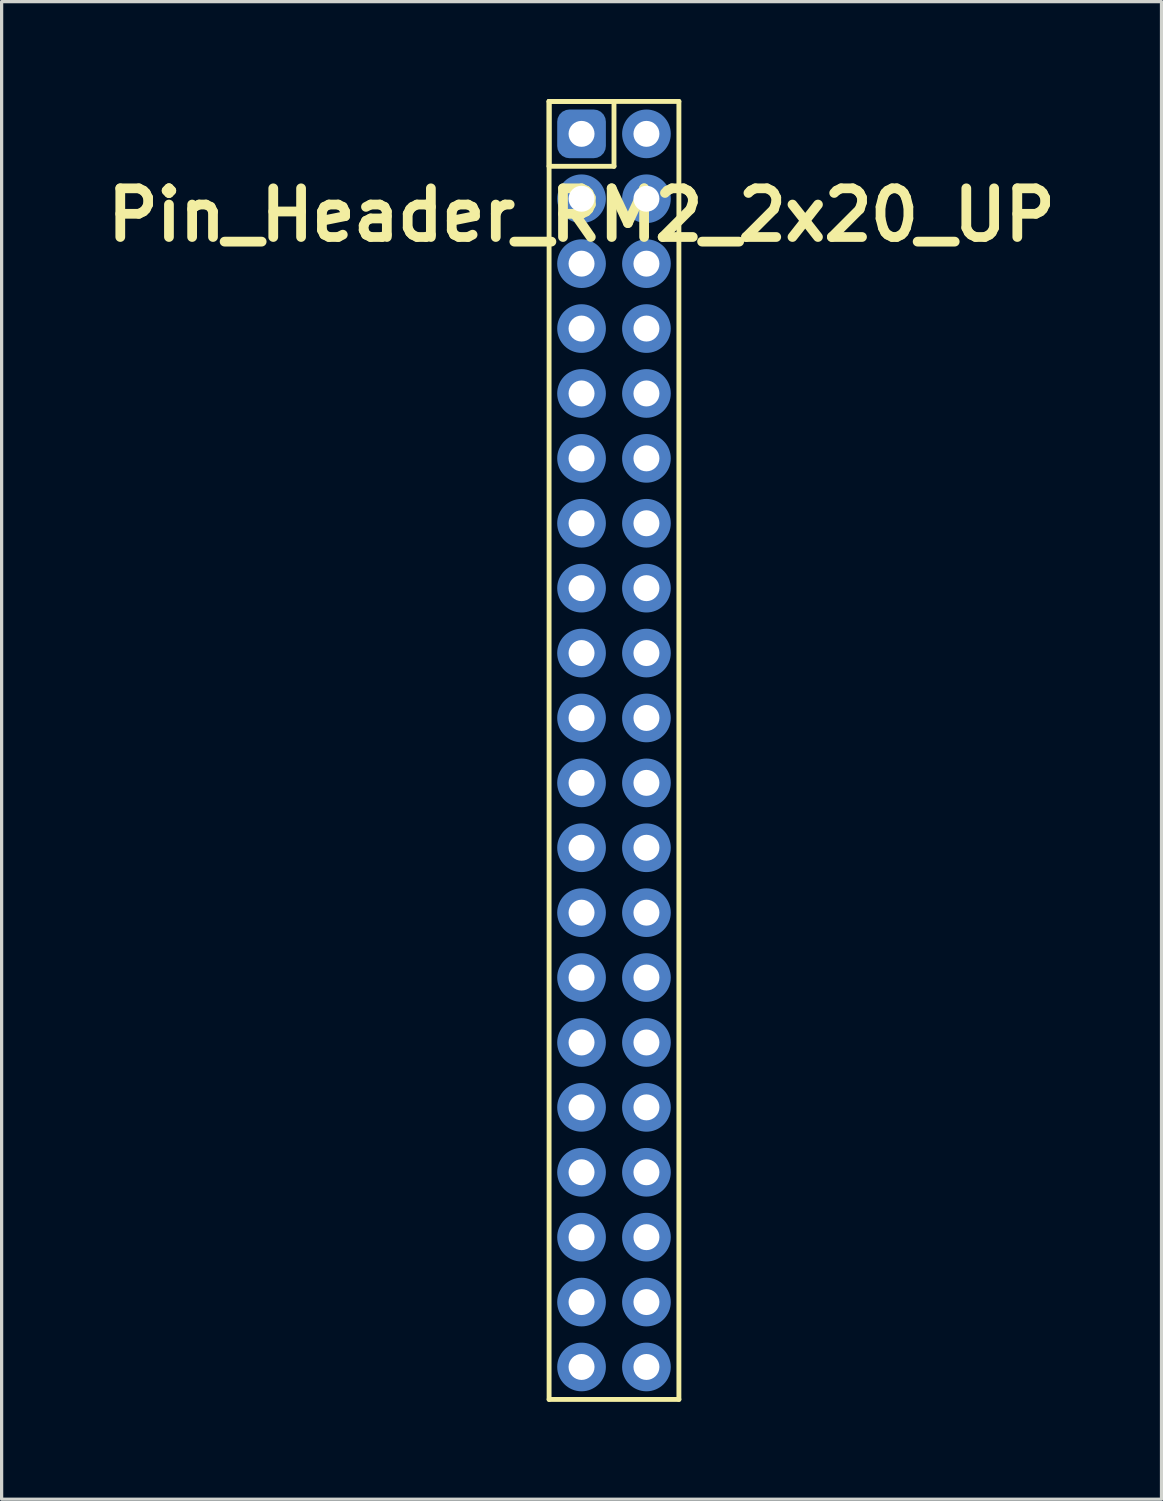
<source format=kicad_pcb>
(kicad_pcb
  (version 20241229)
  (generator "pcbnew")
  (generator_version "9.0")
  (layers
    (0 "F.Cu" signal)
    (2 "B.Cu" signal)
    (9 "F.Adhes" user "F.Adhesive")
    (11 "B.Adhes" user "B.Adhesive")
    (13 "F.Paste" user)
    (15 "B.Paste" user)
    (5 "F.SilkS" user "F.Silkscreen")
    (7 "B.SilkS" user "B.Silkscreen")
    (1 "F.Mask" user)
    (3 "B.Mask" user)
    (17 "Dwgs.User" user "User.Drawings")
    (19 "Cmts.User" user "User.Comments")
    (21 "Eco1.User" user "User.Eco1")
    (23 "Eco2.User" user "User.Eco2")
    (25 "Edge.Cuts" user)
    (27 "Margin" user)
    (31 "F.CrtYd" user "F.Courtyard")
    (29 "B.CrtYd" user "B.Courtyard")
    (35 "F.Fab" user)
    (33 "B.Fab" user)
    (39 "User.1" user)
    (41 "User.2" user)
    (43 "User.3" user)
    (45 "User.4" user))
  (footprint "Pin_Header_RM2_2x20_UP"
    (layer "F.Cu")
    (at 14.871 1.075)
    (property "Reference" "Pin_Header_RM2_2x20_UP" (at 0 2.5 0) (layer "F.SilkS") (effects (font (size 1.5 1.5) (thickness 0.3))))
    (attr through_hole)
    (fp_line (start -1 -1) (end 1 -1) (stroke (width 0.15) (type solid)) (layer "F.SilkS"))
    (fp_line (start -1 -1) (end 3 -1) (stroke (width 0.15) (type solid)) (layer "F.SilkS"))
    (fp_line (start -1 1) (end -1 -1) (stroke (width 0.15) (type solid)) (layer "F.SilkS"))
    (fp_line (start -1 39) (end -1 -1) (stroke (width 0.15) (type solid)) (layer "F.SilkS"))
    (fp_line (start 1 -1) (end 1 1) (stroke (width 0.15) (type solid)) (layer "F.SilkS"))
    (fp_line (start 1 1) (end -1 1) (stroke (width 0.15) (type solid)) (layer "F.SilkS"))
    (fp_line (start 3 -1) (end 3 39) (stroke (width 0.15) (type solid)) (layer "F.SilkS"))
    (fp_line (start 3 39) (end -1 39) (stroke (width 0.15) (type solid)) (layer "F.SilkS"))
    (pad "1" thru_hole circle (at 0 0) (size 1.1 1.1) (drill 0.8) (layers "*.Cu" "*.Mask"))
    (pad "1" smd roundrect (at 0 0) (size 1.25 1.25) (layers "F.Cu" "F.Mask") (roundrect_rratio 0.25))
    (pad "1" smd roundrect (at 0 0) (size 1.5 1.5) (layers "B.Cu" "B.Mask") (roundrect_rratio 0.25))
    (pad "2" thru_hole circle (at 2 0) (size 1.1 1.1) (drill 0.8) (layers "*.Cu" "*.Mask"))
    (pad "2" smd circle (at 2 0) (size 1.25 1.25) (layers "F.Cu" "F.Mask"))
    (pad "2" smd circle (at 2 0) (size 1.5 1.5) (layers "B.Cu" "B.Mask"))
    (pad "3" thru_hole circle (at 0 2) (size 1.1 1.1) (drill 0.8) (layers "*.Cu" "*.Mask"))
    (pad "3" smd circle (at 0 2) (size 1.25 1.25) (layers "F.Cu" "F.Mask"))
    (pad "3" smd circle (at 0 2) (size 1.5 1.5) (layers "B.Cu" "B.Mask"))
    (pad "4" thru_hole circle (at 2 2) (size 1.1 1.1) (drill 0.8) (layers "*.Cu" "*.Mask"))
    (pad "4" smd circle (at 2 2) (size 1.25 1.25) (layers "F.Cu" "F.Mask"))
    (pad "4" smd circle (at 2 2) (size 1.5 1.5) (layers "B.Cu" "B.Mask"))
    (pad "5" thru_hole circle (at 0 4) (size 1.1 1.1) (drill 0.8) (layers "*.Cu" "*.Mask"))
    (pad "5" smd circle (at 0 4) (size 1.25 1.25) (layers "F.Cu" "F.Mask"))
    (pad "5" smd circle (at 0 4) (size 1.5 1.5) (layers "B.Cu" "B.Mask"))
    (pad "6" thru_hole circle (at 2 4) (size 1.1 1.1) (drill 0.8) (layers "*.Cu" "*.Mask"))
    (pad "6" smd circle (at 2 4) (size 1.25 1.25) (layers "F.Cu" "F.Mask"))
    (pad "6" smd circle (at 2 4) (size 1.5 1.5) (layers "B.Cu" "B.Mask"))
    (pad "7" thru_hole circle (at 0 6) (size 1.1 1.1) (drill 0.8) (layers "*.Cu" "*.Mask"))
    (pad "7" smd circle (at 0 6) (size 1.25 1.25) (layers "F.Cu" "F.Mask"))
    (pad "7" smd circle (at 0 6) (size 1.5 1.5) (layers "B.Cu" "B.Mask"))
    (pad "8" thru_hole circle (at 2 6) (size 1.1 1.1) (drill 0.8) (layers "*.Cu" "*.Mask"))
    (pad "8" smd circle (at 2 6) (size 1.25 1.25) (layers "F.Cu" "F.Mask"))
    (pad "8" smd circle (at 2 6) (size 1.5 1.5) (layers "B.Cu" "B.Mask"))
    (pad "9" thru_hole circle (at 0 8) (size 1.1 1.1) (drill 0.8) (layers "*.Cu" "*.Mask"))
    (pad "9" smd circle (at 0 8) (size 1.25 1.25) (layers "F.Cu" "F.Mask"))
    (pad "9" smd circle (at 0 8) (size 1.5 1.5) (layers "B.Cu" "B.Mask"))
    (pad "10" thru_hole circle (at 2 8) (size 1.1 1.1) (drill 0.8) (layers "*.Cu" "*.Mask"))
    (pad "10" smd circle (at 2 8) (size 1.25 1.25) (layers "F.Cu" "F.Mask"))
    (pad "10" smd circle (at 2 8) (size 1.5 1.5) (layers "B.Cu" "B.Mask"))
    (pad "11" thru_hole circle (at 0 10) (size 1.1 1.1) (drill 0.8) (layers "*.Cu" "*.Mask"))
    (pad "11" smd circle (at 0 10) (size 1.25 1.25) (layers "F.Cu" "F.Mask"))
    (pad "11" smd circle (at 0 10) (size 1.5 1.5) (layers "B.Cu" "B.Mask"))
    (pad "12" thru_hole circle (at 2 10) (size 1.1 1.1) (drill 0.8) (layers "*.Cu" "*.Mask"))
    (pad "12" smd circle (at 2 10) (size 1.25 1.25) (layers "F.Cu" "F.Mask"))
    (pad "12" smd circle (at 2 10) (size 1.5 1.5) (layers "B.Cu" "B.Mask"))
    (pad "13" thru_hole circle (at 0 12) (size 1.1 1.1) (drill 0.8) (layers "*.Cu" "*.Mask"))
    (pad "13" smd circle (at 0 12) (size 1.25 1.25) (layers "F.Cu" "F.Mask"))
    (pad "13" smd circle (at 0 12) (size 1.5 1.5) (layers "B.Cu" "B.Mask"))
    (pad "14" thru_hole circle (at 2 12) (size 1.1 1.1) (drill 0.8) (layers "*.Cu" "*.Mask"))
    (pad "14" smd circle (at 2 12) (size 1.25 1.25) (layers "F.Cu" "F.Mask"))
    (pad "14" smd circle (at 2 12) (size 1.5 1.5) (layers "B.Cu" "B.Mask"))
    (pad "15" thru_hole circle (at 0 14) (size 1.1 1.1) (drill 0.8) (layers "*.Cu" "*.Mask"))
    (pad "15" smd circle (at 0 14) (size 1.25 1.25) (layers "F.Cu" "F.Mask"))
    (pad "15" smd circle (at 0 14) (size 1.5 1.5) (layers "B.Cu" "B.Mask"))
    (pad "16" thru_hole circle (at 2 14) (size 1.1 1.1) (drill 0.8) (layers "*.Cu" "*.Mask"))
    (pad "16" smd circle (at 2 14) (size 1.25 1.25) (layers "F.Cu" "F.Mask"))
    (pad "16" smd circle (at 2 14) (size 1.5 1.5) (layers "B.Cu" "B.Mask"))
    (pad "17" thru_hole circle (at 0 16) (size 1.1 1.1) (drill 0.8) (layers "*.Cu" "*.Mask"))
    (pad "17" smd circle (at 0 16) (size 1.25 1.25) (layers "F.Cu" "F.Mask"))
    (pad "17" smd circle (at 0 16) (size 1.5 1.5) (layers "B.Cu" "B.Mask"))
    (pad "18" thru_hole circle (at 2 16) (size 1.1 1.1) (drill 0.8) (layers "*.Cu" "*.Mask"))
    (pad "18" smd circle (at 2 16) (size 1.25 1.25) (layers "F.Cu" "F.Mask"))
    (pad "18" smd circle (at 2 16) (size 1.5 1.5) (layers "B.Cu" "B.Mask"))
    (pad "19" thru_hole circle (at 0 18) (size 1.1 1.1) (drill 0.8) (layers "*.Cu" "*.Mask"))
    (pad "19" smd circle (at 0 18) (size 1.25 1.25) (layers "F.Cu" "F.Mask"))
    (pad "19" smd circle (at 0 18) (size 1.5 1.5) (layers "B.Cu" "B.Mask"))
    (pad "20" thru_hole circle (at 2 18) (size 1.1 1.1) (drill 0.8) (layers "*.Cu" "*.Mask"))
    (pad "20" smd circle (at 2 18) (size 1.25 1.25) (layers "F.Cu" "F.Mask"))
    (pad "20" smd circle (at 2 18) (size 1.5 1.5) (layers "B.Cu" "B.Mask"))
    (pad "21" thru_hole circle (at 0 20) (size 1.1 1.1) (drill 0.8) (layers "*.Cu" "*.Mask"))
    (pad "21" smd circle (at 0 20) (size 1.25 1.25) (layers "F.Cu" "F.Mask"))
    (pad "21" smd circle (at 0 20) (size 1.5 1.5) (layers "B.Cu" "B.Mask"))
    (pad "22" thru_hole circle (at 2 20) (size 1.1 1.1) (drill 0.8) (layers "*.Cu" "*.Mask"))
    (pad "22" smd circle (at 2 20) (size 1.25 1.25) (layers "F.Cu" "F.Mask"))
    (pad "22" smd circle (at 2 20) (size 1.5 1.5) (layers "B.Cu" "B.Mask"))
    (pad "23" thru_hole circle (at 0 22) (size 1.1 1.1) (drill 0.8) (layers "*.Cu" "*.Mask"))
    (pad "23" smd circle (at 0 22) (size 1.25 1.25) (layers "F.Cu" "F.Mask"))
    (pad "23" smd circle (at 0 22) (size 1.5 1.5) (layers "B.Cu" "B.Mask"))
    (pad "24" thru_hole circle (at 2 22) (size 1.1 1.1) (drill 0.8) (layers "*.Cu" "*.Mask"))
    (pad "24" smd circle (at 2 22) (size 1.25 1.25) (layers "F.Cu" "F.Mask"))
    (pad "24" smd circle (at 2 22) (size 1.5 1.5) (layers "B.Cu" "B.Mask"))
    (pad "25" thru_hole circle (at 0 24) (size 1.1 1.1) (drill 0.8) (layers "*.Cu" "*.Mask"))
    (pad "25" smd circle (at 0 24) (size 1.25 1.25) (layers "F.Cu" "F.Mask"))
    (pad "25" smd circle (at 0 24) (size 1.5 1.5) (layers "B.Cu" "B.Mask"))
    (pad "26" thru_hole circle (at 2 24) (size 1.1 1.1) (drill 0.8) (layers "*.Cu" "*.Mask"))
    (pad "26" smd circle (at 2 24) (size 1.25 1.25) (layers "F.Cu" "F.Mask"))
    (pad "26" smd circle (at 2 24) (size 1.5 1.5) (layers "B.Cu" "B.Mask"))
    (pad "27" thru_hole circle (at 0 26) (size 1.1 1.1) (drill 0.8) (layers "*.Cu" "*.Mask"))
    (pad "27" smd circle (at 0 26) (size 1.25 1.25) (layers "F.Cu" "F.Mask"))
    (pad "27" smd circle (at 0 26) (size 1.5 1.5) (layers "B.Cu" "B.Mask"))
    (pad "28" thru_hole circle (at 2 26) (size 1.1 1.1) (drill 0.8) (layers "*.Cu" "*.Mask"))
    (pad "28" smd circle (at 2 26) (size 1.25 1.25) (layers "F.Cu" "F.Mask"))
    (pad "28" smd circle (at 2 26) (size 1.5 1.5) (layers "B.Cu" "B.Mask"))
    (pad "29" thru_hole circle (at 0 28) (size 1.1 1.1) (drill 0.8) (layers "*.Cu" "*.Mask"))
    (pad "29" smd circle (at 0 28) (size 1.25 1.25) (layers "F.Cu" "F.Mask"))
    (pad "29" smd circle (at 0 28) (size 1.5 1.5) (layers "B.Cu" "B.Mask"))
    (pad "30" thru_hole circle (at 2 28) (size 1.1 1.1) (drill 0.8) (layers "*.Cu" "*.Mask"))
    (pad "30" smd circle (at 2 28) (size 1.25 1.25) (layers "F.Cu" "F.Mask"))
    (pad "30" smd circle (at 2 28) (size 1.5 1.5) (layers "B.Cu" "B.Mask"))
    (pad "31" thru_hole circle (at 0 30) (size 1.1 1.1) (drill 0.8) (layers "*.Cu" "*.Mask"))
    (pad "31" smd circle (at 0 30) (size 1.25 1.25) (layers "F.Cu" "F.Mask"))
    (pad "31" smd circle (at 0 30) (size 1.5 1.5) (layers "B.Cu" "B.Mask"))
    (pad "32" thru_hole circle (at 2 30) (size 1.1 1.1) (drill 0.8) (layers "*.Cu" "*.Mask"))
    (pad "32" smd circle (at 2 30) (size 1.25 1.25) (layers "F.Cu" "F.Mask"))
    (pad "32" smd circle (at 2 30) (size 1.5 1.5) (layers "B.Cu" "B.Mask"))
    (pad "33" thru_hole circle (at 0 32) (size 1.1 1.1) (drill 0.8) (layers "*.Cu" "*.Mask"))
    (pad "33" smd circle (at 0 32) (size 1.25 1.25) (layers "F.Cu" "F.Mask"))
    (pad "33" smd circle (at 0 32) (size 1.5 1.5) (layers "B.Cu" "B.Mask"))
    (pad "34" thru_hole circle (at 2 32) (size 1.1 1.1) (drill 0.8) (layers "*.Cu" "*.Mask"))
    (pad "34" smd circle (at 2 32) (size 1.25 1.25) (layers "F.Cu" "F.Mask"))
    (pad "34" smd circle (at 2 32) (size 1.5 1.5) (layers "B.Cu" "B.Mask"))
    (pad "35" thru_hole circle (at 0 34) (size 1.1 1.1) (drill 0.8) (layers "*.Cu" "*.Mask"))
    (pad "35" smd circle (at 0 34) (size 1.25 1.25) (layers "F.Cu" "F.Mask"))
    (pad "35" smd circle (at 0 34) (size 1.5 1.5) (layers "B.Cu" "B.Mask"))
    (pad "36" thru_hole circle (at 2 34) (size 1.1 1.1) (drill 0.8) (layers "*.Cu" "*.Mask"))
    (pad "36" smd circle (at 2 34) (size 1.25 1.25) (layers "F.Cu" "F.Mask"))
    (pad "36" smd circle (at 2 34) (size 1.5 1.5) (layers "B.Cu" "B.Mask"))
    (pad "37" thru_hole circle (at 0 36) (size 1.1 1.1) (drill 0.8) (layers "*.Cu" "*.Mask"))
    (pad "37" smd circle (at 0 36) (size 1.25 1.25) (layers "F.Cu" "F.Mask"))
    (pad "37" smd circle (at 0 36) (size 1.5 1.5) (layers "B.Cu" "B.Mask"))
    (pad "38" thru_hole circle (at 2 36) (size 1.1 1.1) (drill 0.8) (layers "*.Cu" "*.Mask"))
    (pad "38" smd circle (at 2 36) (size 1.25 1.25) (layers "F.Cu" "F.Mask"))
    (pad "38" smd circle (at 2 36) (size 1.5 1.5) (layers "B.Cu" "B.Mask"))
    (pad "39" thru_hole circle (at 0 38) (size 1.1 1.1) (drill 0.8) (layers "*.Cu" "*.Mask"))
    (pad "39" smd circle (at 0 38) (size 1.25 1.25) (layers "F.Cu" "F.Mask"))
    (pad "39" smd circle (at 0 38) (size 1.5 1.5) (layers "B.Cu" "B.Mask"))
    (pad "40" thru_hole circle (at 2 38) (size 1.1 1.1) (drill 0.8) (layers "*.Cu" "*.Mask"))
    (pad "40" smd circle (at 2 38) (size 1.25 1.25) (layers "F.Cu" "F.Mask"))
    (pad "40" smd circle (at 2 38) (size 1.5 1.5) (layers "B.Cu" "B.Mask")))
  (gr_rect
    (start -3 -3)
    (end 32.743 43.15)
    (stroke (width 0.1) (type default))
    (fill no)
    (layer "Edge.Cuts")))
</source>
